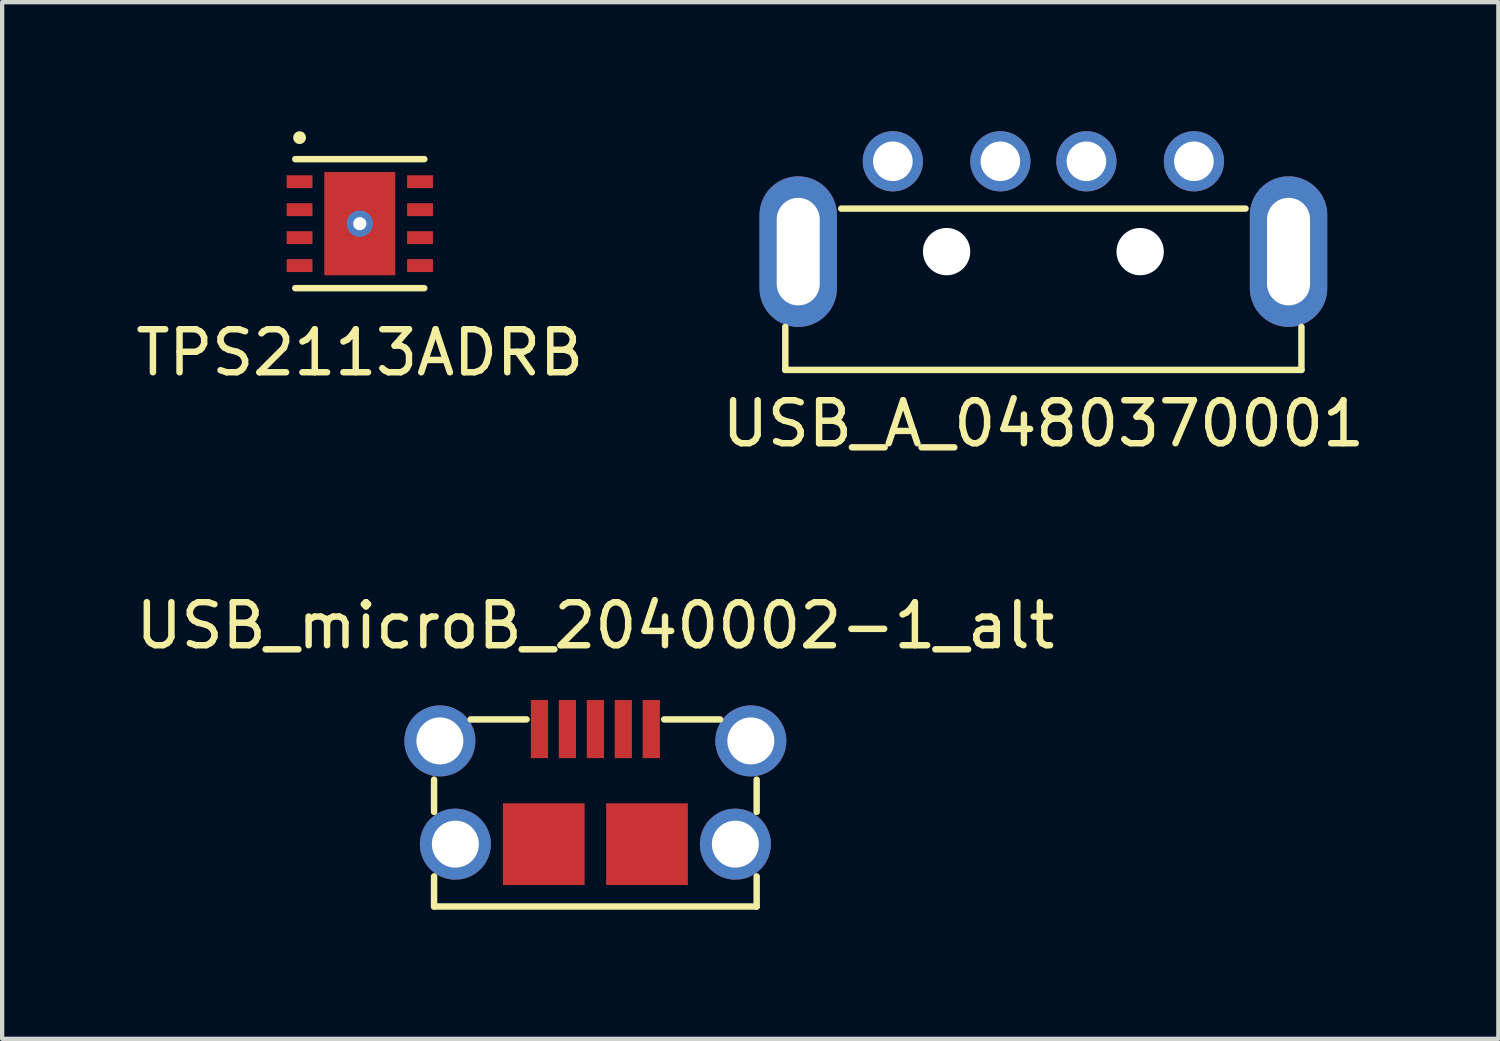
<source format=kicad_pcb>
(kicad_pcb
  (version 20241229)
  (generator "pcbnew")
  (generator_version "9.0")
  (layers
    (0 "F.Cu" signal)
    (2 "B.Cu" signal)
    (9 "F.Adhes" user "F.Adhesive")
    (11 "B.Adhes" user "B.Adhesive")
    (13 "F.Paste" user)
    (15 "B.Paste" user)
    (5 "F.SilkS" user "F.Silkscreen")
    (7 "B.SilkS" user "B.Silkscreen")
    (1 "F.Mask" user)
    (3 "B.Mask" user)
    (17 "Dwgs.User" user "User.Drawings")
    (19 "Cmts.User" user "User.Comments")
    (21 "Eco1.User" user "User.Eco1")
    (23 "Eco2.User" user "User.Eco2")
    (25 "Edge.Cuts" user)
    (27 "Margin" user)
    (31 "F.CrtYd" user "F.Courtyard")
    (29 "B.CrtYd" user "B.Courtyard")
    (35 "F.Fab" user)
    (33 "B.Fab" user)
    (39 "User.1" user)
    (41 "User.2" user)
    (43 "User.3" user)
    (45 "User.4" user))
  (footprint "TPS2113ADRB"
    (layer "F.Cu")
    (at 5.315 2.15)
    (property "Reference" "TPS2113ADRB" (at 0 3 0) (layer "F.SilkS") (effects (font (size 1 1) (thickness 0.15))))
    (attr smd)
    (fp_line (start -1.5 -1.5) (end 1.5 -1.5) (stroke (width 0.15) (type solid)) (layer "F.SilkS"))
    (fp_line (start -1.5 1.5) (end 1.5 1.5) (stroke (width 0.15) (type solid)) (layer "F.SilkS"))
    (fp_circle (center -1.4 -2) (end -1.325 -2) (stroke (width 0.15) (type solid)) (fill no) (layer "F.SilkS"))
    (pad "1" smd rect (at -1.4 -0.975) (size 0.6 0.3) (layers "F.Cu" "F.Mask" "F.Paste"))
    (pad "2" smd rect (at -1.4 -0.325) (size 0.6 0.3) (layers "F.Cu" "F.Mask" "F.Paste"))
    (pad "3" smd rect (at -1.4 0.325) (size 0.6 0.3) (layers "F.Cu" "F.Mask" "F.Paste"))
    (pad "4" smd rect (at -1.4 0.975) (size 0.6 0.3) (layers "F.Cu" "F.Mask" "F.Paste"))
    (pad "5" smd rect (at 1.4 0.975) (size 0.6 0.3) (layers "F.Cu" "F.Mask" "F.Paste"))
    (pad "6" smd rect (at 1.4 0.325) (size 0.6 0.3) (layers "F.Cu" "F.Mask" "F.Paste"))
    (pad "7" smd rect (at 1.4 -0.325) (size 0.6 0.3) (layers "F.Cu" "F.Mask" "F.Paste"))
    (pad "8" smd rect (at 1.4 -0.975) (size 0.6 0.3) (layers "F.Cu" "F.Mask" "F.Paste"))
    (pad "9" thru_hole circle (at 0 0) (size 0.61 0.61) (drill 0.305) (layers "*.Cu" "*.Mask"))
    (pad "9" smd rect (at 0 0) (size 1.65 2.4) (layers "F.Cu" "F.Mask" "F.Paste")))
  (footprint "USB_microB_2040002-1_alt"
    (layer "F.Cu")
    (at 10.792 16.576)
    (property "Reference" "USB_microB_2040002-1_alt" (at 0 -5.08 0) (layer "F.SilkS") (effects (font (size 1 1) (thickness 0.15))))
    (attr smd)
    (fp_line (start -3.75 -0.75) (end -3.75 -1.5) (stroke (width 0.15) (type solid)) (layer "F.SilkS"))
    (fp_line (start -3.75 1.45) (end -3.75 0.75) (stroke (width 0.15) (type solid)) (layer "F.SilkS"))
    (fp_line (start -2.9 -2.9) (end -1.6 -2.9) (stroke (width 0.15) (type solid)) (layer "F.SilkS"))
    (fp_line (start 1.6 -2.9) (end 2.9 -2.9) (stroke (width 0.15) (type solid)) (layer "F.SilkS"))
    (fp_line (start 3.75 -0.75) (end 3.75 -1.5) (stroke (width 0.15) (type solid)) (layer "F.SilkS"))
    (fp_line (start 3.75 1.45) (end -3.75 1.45) (stroke (width 0.15) (type solid)) (layer "F.SilkS"))
    (fp_line (start 3.75 1.45) (end 3.75 0.75) (stroke (width 0.15) (type solid)) (layer "F.SilkS"))
    (pad "1" smd rect (at -1.3 -2.675) (size 0.4 1.35) (layers "F.Cu" "F.Mask" "F.Paste"))
    (pad "2" smd rect (at -0.65 -2.675) (size 0.4 1.35) (layers "F.Cu" "F.Mask" "F.Paste"))
    (pad "3" smd rect (at 0 -2.675) (size 0.4 1.35) (layers "F.Cu" "F.Mask" "F.Paste"))
    (pad "4" smd rect (at 0.65 -2.675) (size 0.4 1.35) (layers "F.Cu" "F.Mask" "F.Paste"))
    (pad "5" smd rect (at 1.3 -2.675) (size 0.4 1.35) (layers "F.Cu" "F.Mask" "F.Paste"))
    (pad "6" thru_hole circle (at 3.615 -2.4) (size 1.651 1.651) (drill 1.092) (layers "*.Cu" "*.Mask"))
    (pad "7" thru_hole circle (at 3.255 0) (size 1.651 1.651) (drill 1.092) (layers "*.Cu" "*.Mask"))
    (pad "8" smd rect (at 1.2 0) (size 1.9 1.9) (layers "F.Cu" "F.Mask" "F.Paste"))
    (pad "9" smd rect (at -1.2 0) (size 1.9 1.9) (layers "F.Cu" "F.Mask" "F.Paste"))
    (pad "10" thru_hole circle (at -3.255 0) (size 1.651 1.651) (drill 1.092) (layers "*.Cu" "*.Mask"))
    (pad "11" thru_hole circle (at -3.615 -2.4) (size 1.651 1.651) (drill 1.092) (layers "*.Cu" "*.Mask")))
  (footprint "USB_A_0480370001"
    (layer "F.Cu")
    (at 21.208 2.8)
    (property "Reference" "USB_A_0480370001" (at 0 4 0) (layer "F.SilkS") (effects (font (size 1 1) (thickness 0.15))))
    (attr through_hole)
    (fp_line (start -6 1.75) (end -6 2.75) (stroke (width 0.15) (type solid)) (layer "F.SilkS"))
    (fp_line (start -6 2.75) (end 6 2.75) (stroke (width 0.15) (type solid)) (layer "F.SilkS"))
    (fp_line (start -4.7 -1) (end 4.7 -1) (stroke (width 0.15) (type solid)) (layer "F.SilkS"))
    (fp_line (start 6 1.75) (end 6 2.75) (stroke (width 0.15) (type solid)) (layer "F.SilkS"))
    (pad "" np_thru_hole circle (at -2.25 0) (size 1.1 1.1) (drill 1.1) (layers "*.Cu" "*.Mask"))
    (pad "" np_thru_hole circle (at 2.25 0) (size 1.1 1.1) (drill 1.1) (layers "*.Cu" "*.Mask"))
    (pad "1" thru_hole circle (at 3.5 -2.1) (size 1.4 1.4) (drill 0.92) (layers "*.Cu" "*.Mask"))
    (pad "2" thru_hole circle (at 1 -2.1) (size 1.4 1.4) (drill 0.92) (layers "*.Cu" "*.Mask"))
    (pad "3" thru_hole circle (at -1 -2.1) (size 1.4 1.4) (drill 0.92) (layers "*.Cu" "*.Mask"))
    (pad "4" thru_hole circle (at -3.5 -2.1) (size 1.4 1.4) (drill 0.92) (layers "*.Cu" "*.Mask"))
    (pad "5" thru_hole oval (at -5.7 0) (size 1.8 3.5) (drill oval 1 2.5) (layers "*.Cu" "*.Mask"))
    (pad "6" thru_hole oval (at 5.7 0) (size 1.8 3.5) (drill oval 1 2.5) (layers "*.Cu" "*.Mask")))
  (gr_rect
    (start -3 -3)
    (end 31.786 21.102)
    (stroke (width 0.1) (type default))
    (fill no)
    (layer "Edge.Cuts")))
</source>
